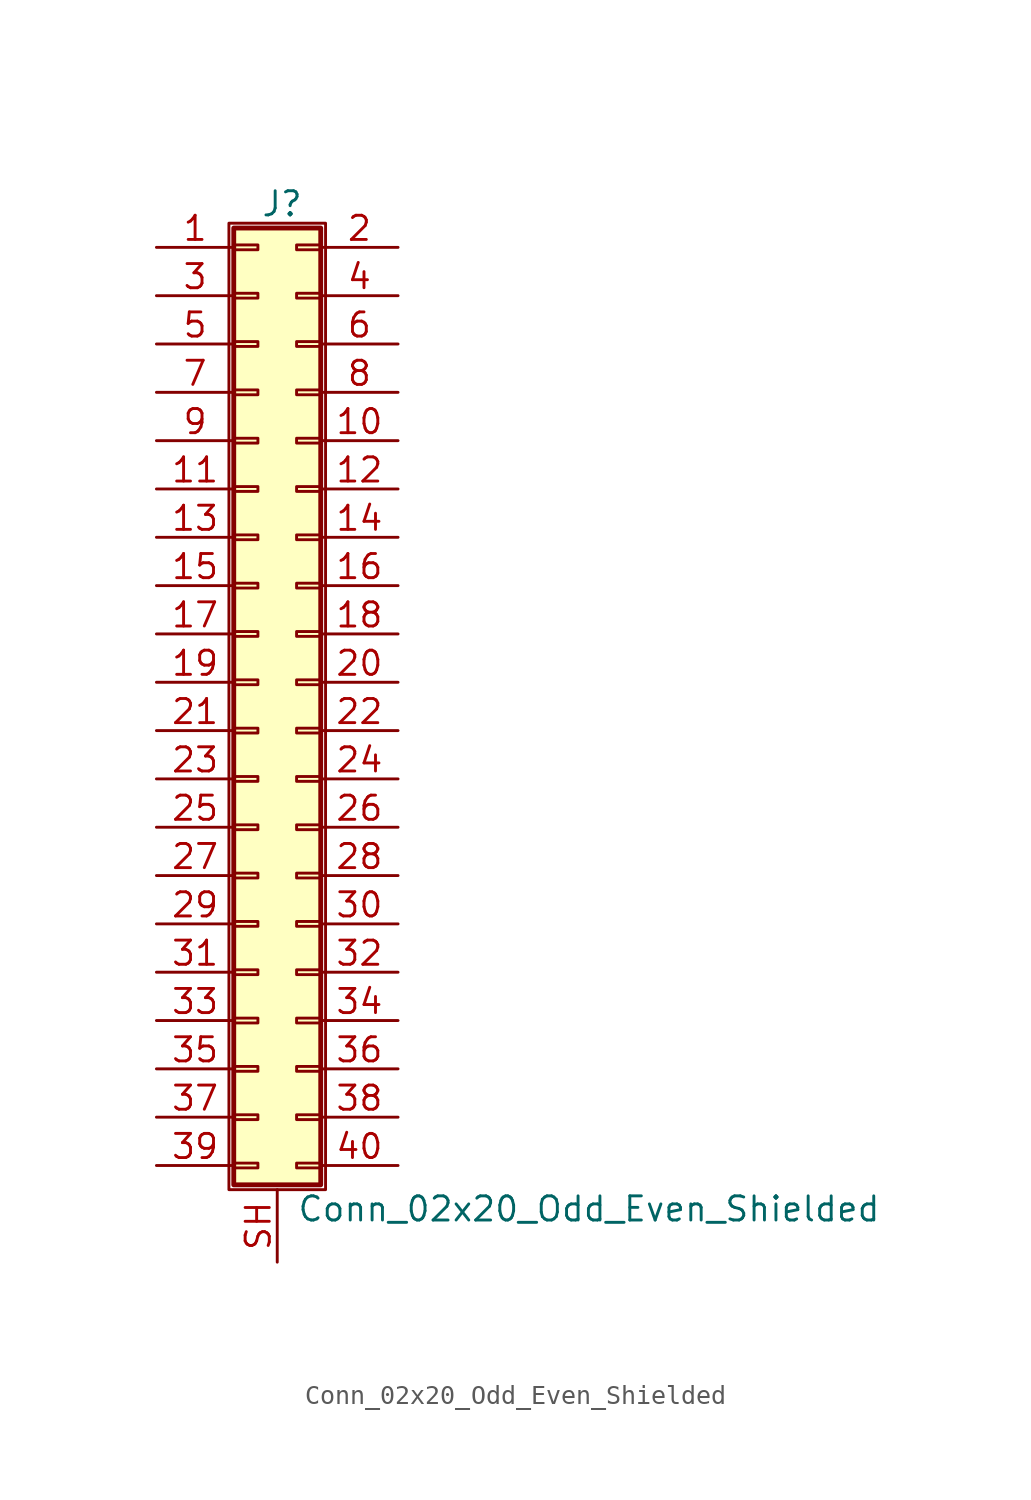
<source format=kicad_sym>
(kicad_symbol_lib
  (version 20211014)
  (generator kicad_symbol_editor)
  (symbol "Conn_02x20_Odd_Even_Shielded"
    (pin_names
      (offset 1.016) hide)
    (property "Reference" "J"
      (at 1.524 25.146 0)
      (effects (font (size 1.27 1.27))))
    (property "Value" "Conn_02x20_Odd_Even_Shielded"
      (at 2.286 -27.686 0)
      (effects (font (size 1.27 1.27)) (justify left)))
    (symbol "Conn_02x20_Odd_Even_Shielded_1_1"
      (rectangle (start -1.27 24.13) (end 3.81 -26.67) (stroke (width 0.152) (type default) (color 0 0 0 0)) (fill (type none)))
      (rectangle (start -1.016 -25.273) (end 0.254 -25.527) (stroke (width 0.152) (type default) (color 0 0 0 0)) (fill (type none)))
      (rectangle (start -1.016 -22.733) (end 0.254 -22.987) (stroke (width 0.152) (type default) (color 0 0 0 0)) (fill (type none)))
      (rectangle (start -1.016 -20.193) (end 0.254 -20.447) (stroke (width 0.152) (type default) (color 0 0 0 0)) (fill (type none)))
      (rectangle (start -1.016 -17.653) (end 0.254 -17.907) (stroke (width 0.152) (type default) (color 0 0 0 0)) (fill (type none)))
      (rectangle (start -1.016 -15.113) (end 0.254 -15.367) (stroke (width 0.152) (type default) (color 0 0 0 0)) (fill (type none)))
      (rectangle (start -1.016 -12.573) (end 0.254 -12.827) (stroke (width 0.152) (type default) (color 0 0 0 0)) (fill (type none)))
      (rectangle (start -1.016 -10.033) (end 0.254 -10.287) (stroke (width 0.152) (type default) (color 0 0 0 0)) (fill (type none)))
      (rectangle (start -1.016 -7.493) (end 0.254 -7.747) (stroke (width 0.152) (type default) (color 0 0 0 0)) (fill (type none)))
      (rectangle (start -1.016 -4.953) (end 0.254 -5.207) (stroke (width 0.152) (type default) (color 0 0 0 0)) (fill (type none)))
      (rectangle (start -1.016 -2.413) (end 0.254 -2.667) (stroke (width 0.152) (type default) (color 0 0 0 0)) (fill (type none)))
      (rectangle (start -1.016 0.127) (end 0.254 -0.127) (stroke (width 0.152) (type default) (color 0 0 0 0)) (fill (type none)))
      (rectangle (start -1.016 2.667) (end 0.254 2.413) (stroke (width 0.152) (type default) (color 0 0 0 0)) (fill (type none)))
      (rectangle (start -1.016 5.207) (end 0.254 4.953) (stroke (width 0.152) (type default) (color 0 0 0 0)) (fill (type none)))
      (rectangle (start -1.016 7.747) (end 0.254 7.493) (stroke (width 0.152) (type default) (color 0 0 0 0)) (fill (type none)))
      (rectangle (start -1.016 10.287) (end 0.254 10.033) (stroke (width 0.152) (type default) (color 0 0 0 0)) (fill (type none)))
      (rectangle (start -1.016 12.827) (end 0.254 12.573) (stroke (width 0.152) (type default) (color 0 0 0 0)) (fill (type none)))
      (rectangle (start -1.016 15.367) (end 0.254 15.113) (stroke (width 0.152) (type default) (color 0 0 0 0)) (fill (type none)))
      (rectangle (start -1.016 17.907) (end 0.254 17.653) (stroke (width 0.152) (type default) (color 0 0 0 0)) (fill (type none)))
      (rectangle (start -1.016 20.447) (end 0.254 20.193) (stroke (width 0.152) (type default) (color 0 0 0 0)) (fill (type none)))
      (rectangle (start -1.016 22.987) (end 0.254 22.733) (stroke (width 0.152) (type default) (color 0 0 0 0)) (fill (type none)))
      (rectangle (start -1.016 23.876) (end 3.556 -26.416) (stroke (width 0.254) (type default) (color 0 0 0 0)) (fill (type background)))
      (rectangle (start 3.556 -25.273) (end 2.286 -25.527) (stroke (width 0.152) (type default) (color 0 0 0 0)) (fill (type none)))
      (rectangle (start 3.556 -22.733) (end 2.286 -22.987) (stroke (width 0.152) (type default) (color 0 0 0 0)) (fill (type none)))
      (rectangle (start 3.556 -20.193) (end 2.286 -20.447) (stroke (width 0.152) (type default) (color 0 0 0 0)) (fill (type none)))
      (rectangle (start 3.556 -17.653) (end 2.286 -17.907) (stroke (width 0.152) (type default) (color 0 0 0 0)) (fill (type none)))
      (rectangle (start 3.556 -15.113) (end 2.286 -15.367) (stroke (width 0.152) (type default) (color 0 0 0 0)) (fill (type none)))
      (rectangle (start 3.556 -12.573) (end 2.286 -12.827) (stroke (width 0.152) (type default) (color 0 0 0 0)) (fill (type none)))
      (rectangle (start 3.556 -10.033) (end 2.286 -10.287) (stroke (width 0.152) (type default) (color 0 0 0 0)) (fill (type none)))
      (rectangle (start 3.556 -7.493) (end 2.286 -7.747) (stroke (width 0.152) (type default) (color 0 0 0 0)) (fill (type none)))
      (rectangle (start 3.556 -4.953) (end 2.286 -5.207) (stroke (width 0.152) (type default) (color 0 0 0 0)) (fill (type none)))
      (rectangle (start 3.556 -2.413) (end 2.286 -2.667) (stroke (width 0.152) (type default) (color 0 0 0 0)) (fill (type none)))
      (rectangle (start 3.556 0.127) (end 2.286 -0.127) (stroke (width 0.152) (type default) (color 0 0 0 0)) (fill (type none)))
      (rectangle (start 3.556 2.667) (end 2.286 2.413) (stroke (width 0.152) (type default) (color 0 0 0 0)) (fill (type none)))
      (rectangle (start 3.556 5.207) (end 2.286 4.953) (stroke (width 0.152) (type default) (color 0 0 0 0)) (fill (type none)))
      (rectangle (start 3.556 7.747) (end 2.286 7.493) (stroke (width 0.152) (type default) (color 0 0 0 0)) (fill (type none)))
      (rectangle (start 3.556 10.287) (end 2.286 10.033) (stroke (width 0.152) (type default) (color 0 0 0 0)) (fill (type none)))
      (rectangle (start 3.556 12.827) (end 2.286 12.573) (stroke (width 0.152) (type default) (color 0 0 0 0)) (fill (type none)))
      (rectangle (start 3.556 15.367) (end 2.286 15.113) (stroke (width 0.152) (type default) (color 0 0 0 0)) (fill (type none)))
      (rectangle (start 3.556 17.907) (end 2.286 17.653) (stroke (width 0.152) (type default) (color 0 0 0 0)) (fill (type none)))
      (rectangle (start 3.556 20.447) (end 2.286 20.193) (stroke (width 0.152) (type default) (color 0 0 0 0)) (fill (type none)))
      (rectangle (start 3.556 22.987) (end 2.286 22.733) (stroke (width 0.152) (type default) (color 0 0 0 0)) (fill (type none)))
      (pin passive line (at -5.08 22.86 0) (length 4.064) (name "Pin_1" (effects (font (size 1.27 1.27)))) (number "1" (effects (font (size 1.27 1.27)))))
      (pin passive line (at 7.62 12.7 180) (length 4.064) (name "Pin_10" (effects (font (size 1.27 1.27)))) (number "10" (effects (font (size 1.27 1.27)))))
      (pin passive line (at -5.08 10.16 0) (length 4.064) (name "Pin_11" (effects (font (size 1.27 1.27)))) (number "11" (effects (font (size 1.27 1.27)))))
      (pin passive line (at 7.62 10.16 180) (length 4.064) (name "Pin_12" (effects (font (size 1.27 1.27)))) (number "12" (effects (font (size 1.27 1.27)))))
      (pin passive line (at -5.08 7.62 0) (length 4.064) (name "Pin_13" (effects (font (size 1.27 1.27)))) (number "13" (effects (font (size 1.27 1.27)))))
      (pin passive line (at 7.62 7.62 180) (length 4.064) (name "Pin_14" (effects (font (size 1.27 1.27)))) (number "14" (effects (font (size 1.27 1.27)))))
      (pin passive line (at -5.08 5.08 0) (length 4.064) (name "Pin_15" (effects (font (size 1.27 1.27)))) (number "15" (effects (font (size 1.27 1.27)))))
      (pin passive line (at 7.62 5.08 180) (length 4.064) (name "Pin_16" (effects (font (size 1.27 1.27)))) (number "16" (effects (font (size 1.27 1.27)))))
      (pin passive line (at -5.08 2.54 0) (length 4.064) (name "Pin_17" (effects (font (size 1.27 1.27)))) (number "17" (effects (font (size 1.27 1.27)))))
      (pin passive line (at 7.62 2.54 180) (length 4.064) (name "Pin_18" (effects (font (size 1.27 1.27)))) (number "18" (effects (font (size 1.27 1.27)))))
      (pin passive line (at -5.08 0 0) (length 4.064) (name "Pin_19" (effects (font (size 1.27 1.27)))) (number "19" (effects (font (size 1.27 1.27)))))
      (pin passive line (at 7.62 22.86 180) (length 4.064) (name "Pin_2" (effects (font (size 1.27 1.27)))) (number "2" (effects (font (size 1.27 1.27)))))
      (pin passive line (at 7.62 0 180) (length 4.064) (name "Pin_20" (effects (font (size 1.27 1.27)))) (number "20" (effects (font (size 1.27 1.27)))))
      (pin passive line (at -5.08 -2.54 0) (length 4.064) (name "Pin_21" (effects (font (size 1.27 1.27)))) (number "21" (effects (font (size 1.27 1.27)))))
      (pin passive line (at 7.62 -2.54 180) (length 4.064) (name "Pin_22" (effects (font (size 1.27 1.27)))) (number "22" (effects (font (size 1.27 1.27)))))
      (pin passive line (at -5.08 -5.08 0) (length 4.064) (name "Pin_23" (effects (font (size 1.27 1.27)))) (number "23" (effects (font (size 1.27 1.27)))))
      (pin passive line (at 7.62 -5.08 180) (length 4.064) (name "Pin_24" (effects (font (size 1.27 1.27)))) (number "24" (effects (font (size 1.27 1.27)))))
      (pin passive line (at -5.08 -7.62 0) (length 4.064) (name "Pin_25" (effects (font (size 1.27 1.27)))) (number "25" (effects (font (size 1.27 1.27)))))
      (pin passive line (at 7.62 -7.62 180) (length 4.064) (name "Pin_26" (effects (font (size 1.27 1.27)))) (number "26" (effects (font (size 1.27 1.27)))))
      (pin passive line (at -5.08 -10.16 0) (length 4.064) (name "Pin_27" (effects (font (size 1.27 1.27)))) (number "27" (effects (font (size 1.27 1.27)))))
      (pin passive line (at 7.62 -10.16 180) (length 4.064) (name "Pin_28" (effects (font (size 1.27 1.27)))) (number "28" (effects (font (size 1.27 1.27)))))
      (pin passive line (at -5.08 -12.7 0) (length 4.064) (name "Pin_29" (effects (font (size 1.27 1.27)))) (number "29" (effects (font (size 1.27 1.27)))))
      (pin passive line (at -5.08 20.32 0) (length 4.064) (name "Pin_3" (effects (font (size 1.27 1.27)))) (number "3" (effects (font (size 1.27 1.27)))))
      (pin passive line (at 7.62 -12.7 180) (length 4.064) (name "Pin_30" (effects (font (size 1.27 1.27)))) (number "30" (effects (font (size 1.27 1.27)))))
      (pin passive line (at -5.08 -15.24 0) (length 4.064) (name "Pin_31" (effects (font (size 1.27 1.27)))) (number "31" (effects (font (size 1.27 1.27)))))
      (pin passive line (at 7.62 -15.24 180) (length 4.064) (name "Pin_32" (effects (font (size 1.27 1.27)))) (number "32" (effects (font (size 1.27 1.27)))))
      (pin passive line (at -5.08 -17.78 0) (length 4.064) (name "Pin_33" (effects (font (size 1.27 1.27)))) (number "33" (effects (font (size 1.27 1.27)))))
      (pin passive line (at 7.62 -17.78 180) (length 4.064) (name "Pin_34" (effects (font (size 1.27 1.27)))) (number "34" (effects (font (size 1.27 1.27)))))
      (pin passive line (at -5.08 -20.32 0) (length 4.064) (name "Pin_35" (effects (font (size 1.27 1.27)))) (number "35" (effects (font (size 1.27 1.27)))))
      (pin passive line (at 7.62 -20.32 180) (length 4.064) (name "Pin_36" (effects (font (size 1.27 1.27)))) (number "36" (effects (font (size 1.27 1.27)))))
      (pin passive line (at -5.08 -22.86 0) (length 4.064) (name "Pin_37" (effects (font (size 1.27 1.27)))) (number "37" (effects (font (size 1.27 1.27)))))
      (pin passive line (at 7.62 -22.86 180) (length 4.064) (name "Pin_38" (effects (font (size 1.27 1.27)))) (number "38" (effects (font (size 1.27 1.27)))))
      (pin passive line (at -5.08 -25.4 0) (length 4.064) (name "Pin_39" (effects (font (size 1.27 1.27)))) (number "39" (effects (font (size 1.27 1.27)))))
      (pin passive line (at 7.62 20.32 180) (length 4.064) (name "Pin_4" (effects (font (size 1.27 1.27)))) (number "4" (effects (font (size 1.27 1.27)))))
      (pin passive line (at 7.62 -25.4 180) (length 4.064) (name "Pin_40" (effects (font (size 1.27 1.27)))) (number "40" (effects (font (size 1.27 1.27)))))
      (pin passive line (at -5.08 17.78 0) (length 4.064) (name "Pin_5" (effects (font (size 1.27 1.27)))) (number "5" (effects (font (size 1.27 1.27)))))
      (pin passive line (at 7.62 17.78 180) (length 4.064) (name "Pin_6" (effects (font (size 1.27 1.27)))) (number "6" (effects (font (size 1.27 1.27)))))
      (pin passive line (at -5.08 15.24 0) (length 4.064) (name "Pin_7" (effects (font (size 1.27 1.27)))) (number "7" (effects (font (size 1.27 1.27)))))
      (pin passive line (at 7.62 15.24 180) (length 4.064) (name "Pin_8" (effects (font (size 1.27 1.27)))) (number "8" (effects (font (size 1.27 1.27)))))
      (pin passive line (at -5.08 12.7 0) (length 4.064) (name "Pin_9" (effects (font (size 1.27 1.27)))) (number "9" (effects (font (size 1.27 1.27)))))
      (pin passive line (at 1.27 -30.48 90) (length 3.81) (name "Shield" (effects (font (size 1.27 1.27)))) (number "SH" (effects (font (size 1.27 1.27))))))))
</source>
